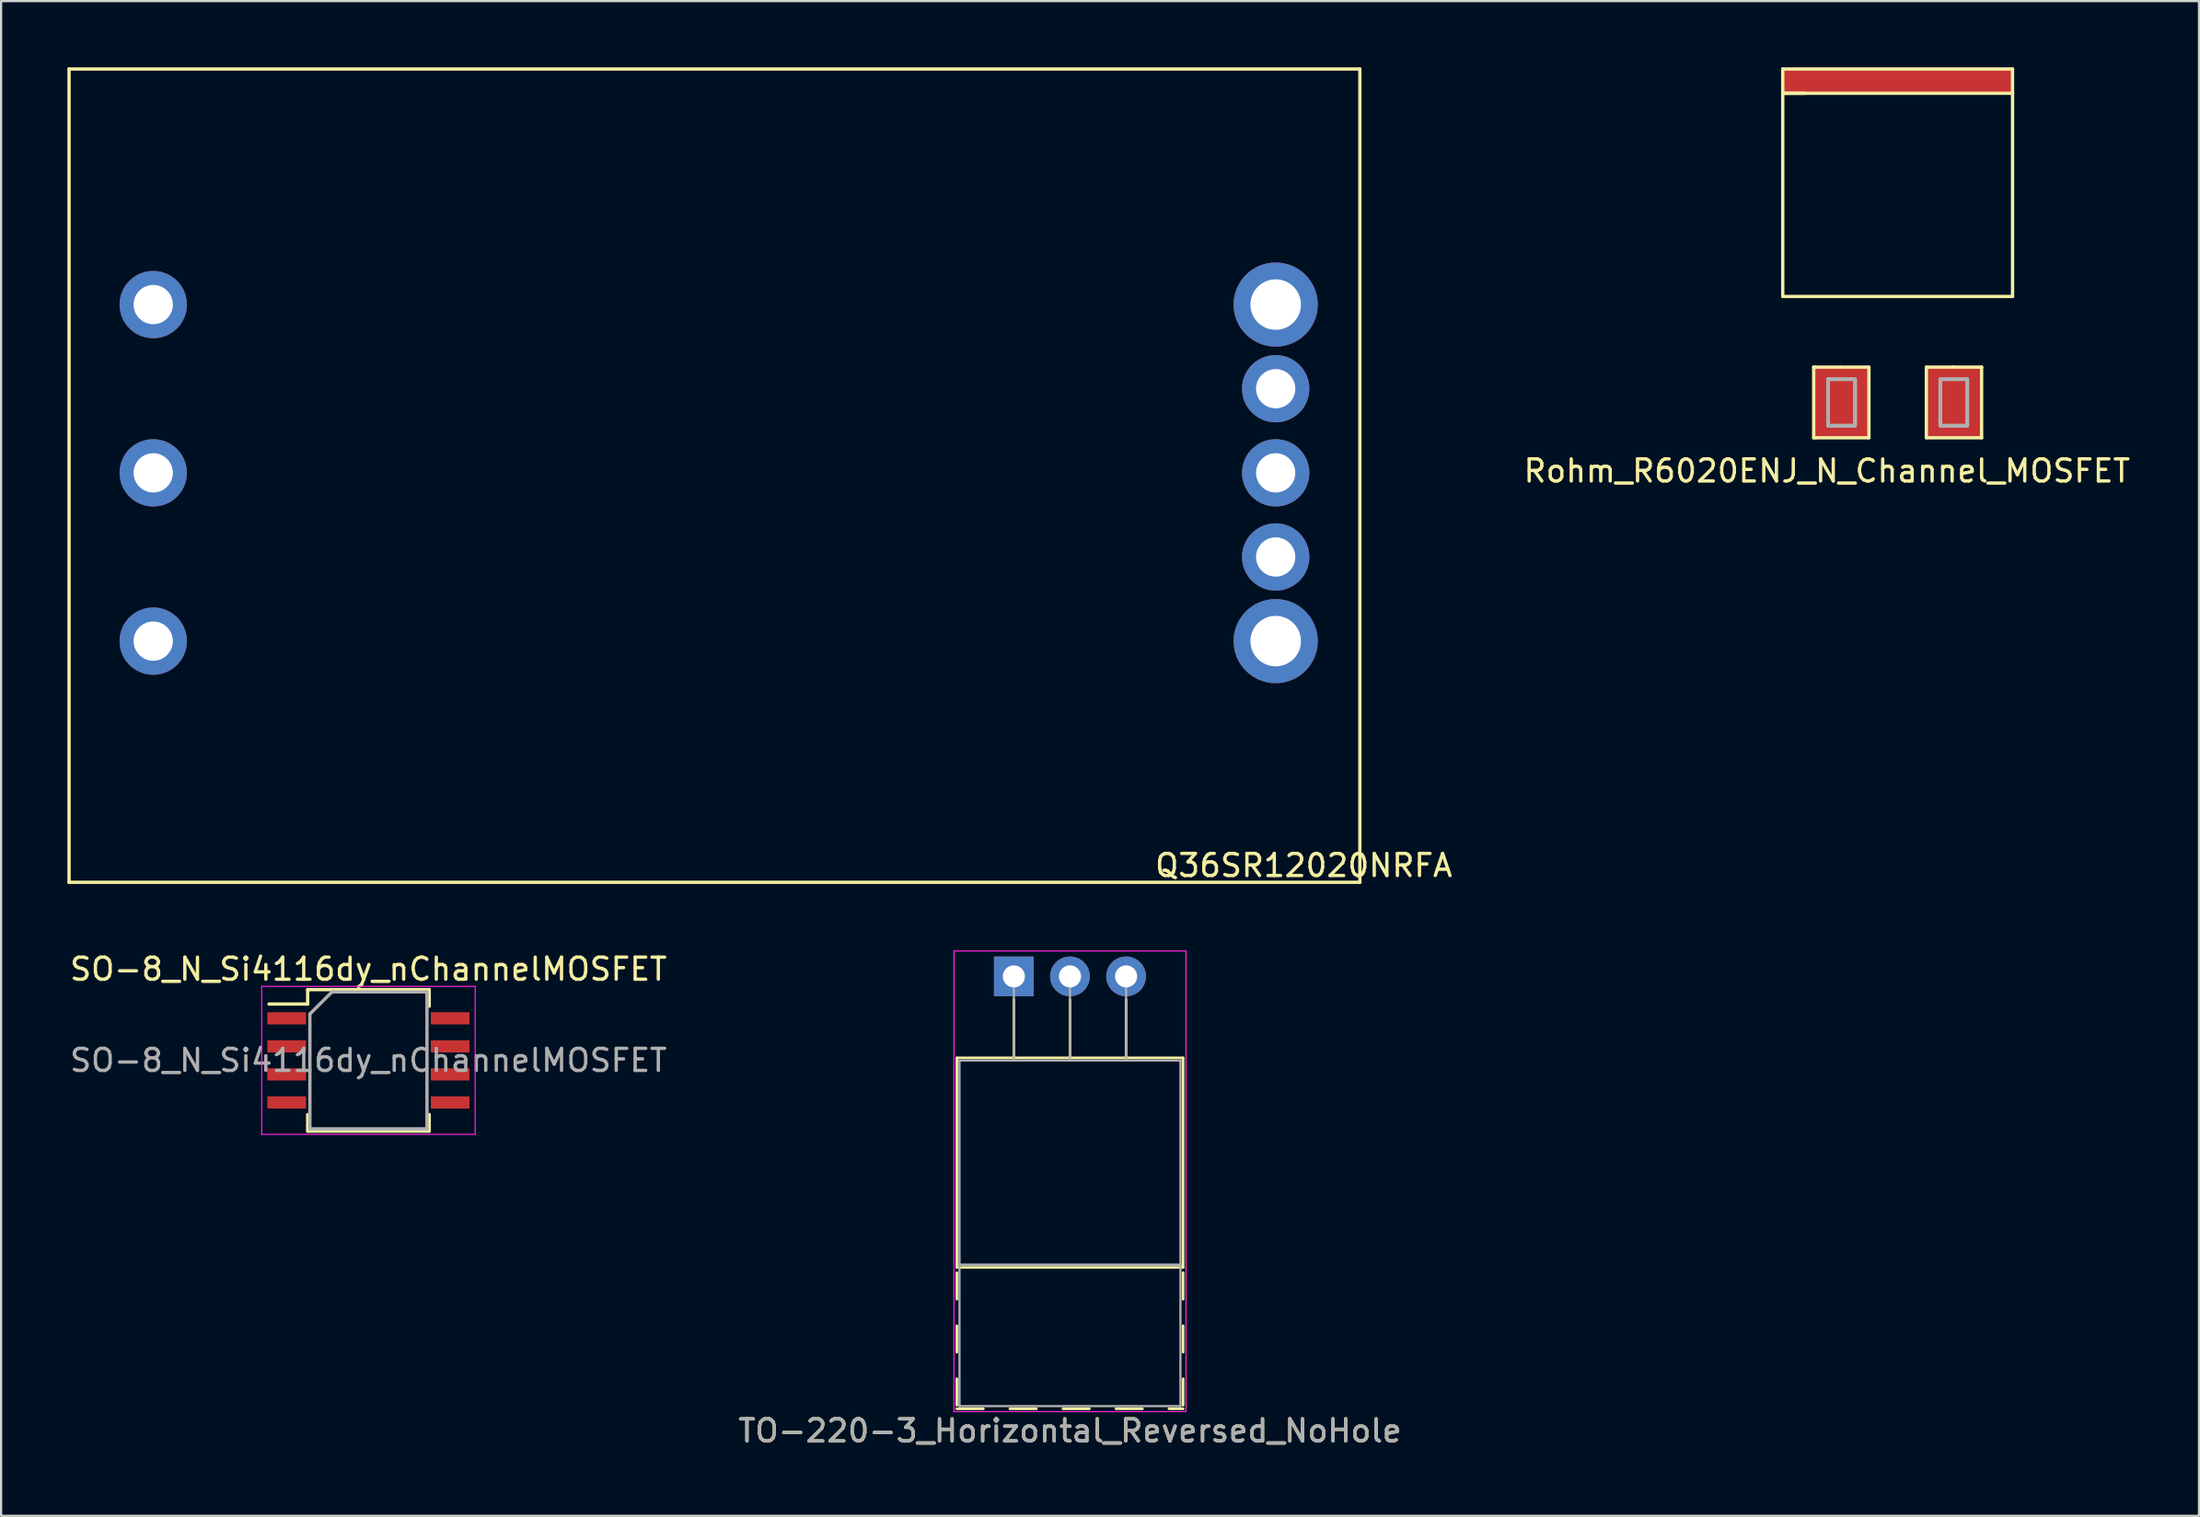
<source format=kicad_pcb>
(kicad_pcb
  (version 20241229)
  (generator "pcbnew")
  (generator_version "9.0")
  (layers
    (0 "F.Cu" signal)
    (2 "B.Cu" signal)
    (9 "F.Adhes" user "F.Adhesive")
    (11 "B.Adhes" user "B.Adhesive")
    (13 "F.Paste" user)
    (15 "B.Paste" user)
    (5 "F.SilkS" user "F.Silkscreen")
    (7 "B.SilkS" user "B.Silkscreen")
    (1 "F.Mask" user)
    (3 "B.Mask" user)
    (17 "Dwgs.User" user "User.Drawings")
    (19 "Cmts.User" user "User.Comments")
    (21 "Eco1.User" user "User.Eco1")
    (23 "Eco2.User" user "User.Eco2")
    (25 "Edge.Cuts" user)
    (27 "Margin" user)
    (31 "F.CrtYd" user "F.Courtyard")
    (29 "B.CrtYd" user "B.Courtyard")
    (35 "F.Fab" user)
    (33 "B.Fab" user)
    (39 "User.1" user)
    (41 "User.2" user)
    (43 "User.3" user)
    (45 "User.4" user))
  (footprint "SO-8_N_Si4116dy_nChannelMOSFET"
    (layer "F.Cu")
    (at 13.625 44.969)
    (property "Reference" "SO-8_N_Si4116dy_nChannelMOSFET" (at 0 -4.13 0) (layer "F.SilkS") (effects (font (size 1 1) (thickness 0.15))))
    (attr smd)
    (fp_line (start -2.75 -3.205) (end -2.75 -2.55) (stroke (width 0.15) (type solid)) (layer "F.SilkS"))
    (fp_line (start -2.75 -3.205) (end 2.75 -3.205) (stroke (width 0.15) (type solid)) (layer "F.SilkS"))
    (fp_line (start -2.75 -2.55) (end -4.5 -2.55) (stroke (width 0.15) (type solid)) (layer "F.SilkS"))
    (fp_line (start -2.75 3.205) (end -2.75 2.455) (stroke (width 0.15) (type solid)) (layer "F.SilkS"))
    (fp_line (start -2.75 3.205) (end 2.75 3.205) (stroke (width 0.15) (type solid)) (layer "F.SilkS"))
    (fp_line (start 2.75 -3.205) (end 2.75 -2.455) (stroke (width 0.15) (type solid)) (layer "F.SilkS"))
    (fp_line (start 2.75 3.205) (end 2.75 2.455) (stroke (width 0.15) (type solid)) (layer "F.SilkS"))
    (fp_line (start -4.83 -3.35) (end -4.83 3.35) (stroke (width 0.05) (type solid)) (layer "F.CrtYd"))
    (fp_line (start -4.83 -3.35) (end 4.83 -3.35) (stroke (width 0.05) (type solid)) (layer "F.CrtYd"))
    (fp_line (start -4.83 3.35) (end 4.83 3.35) (stroke (width 0.05) (type solid)) (layer "F.CrtYd"))
    (fp_line (start 4.83 -3.35) (end 4.83 3.35) (stroke (width 0.05) (type solid)) (layer "F.CrtYd"))
    (fp_line (start -2.65 -2.1) (end -1.65 -3.1) (stroke (width 0.15) (type solid)) (layer "F.Fab"))
    (fp_line (start -2.65 3.1) (end -2.65 -2.1) (stroke (width 0.15) (type solid)) (layer "F.Fab"))
    (fp_line (start -1.65 -3.1) (end 2.65 -3.1) (stroke (width 0.15) (type solid)) (layer "F.Fab"))
    (fp_line (start 2.65 -3.1) (end 2.65 3.1) (stroke (width 0.15) (type solid)) (layer "F.Fab"))
    (fp_line (start 2.65 3.1) (end -2.65 3.1) (stroke (width 0.15) (type solid)) (layer "F.Fab"))
    (fp_text user "${REFERENCE}" (at 0 0 0) (layer "F.Fab") (effects (font (size 1 1) (thickness 0.15))))
    (pad "1" smd rect (at 3.7 -1.905) (size 1.75 0.55) (layers "F.Cu" "F.Mask" "F.Paste"))
    (pad "1" smd rect (at 3.7 -0.635) (size 1.75 0.55) (layers "F.Cu" "F.Mask" "F.Paste"))
    (pad "1" smd rect (at 3.7 0.635) (size 1.75 0.55) (layers "F.Cu" "F.Mask" "F.Paste"))
    (pad "1" smd rect (at 3.7 1.905) (size 1.75 0.55) (layers "F.Cu" "F.Mask" "F.Paste"))
    (pad "2" smd rect (at -3.7 1.905) (size 1.75 0.55) (layers "F.Cu" "F.Mask" "F.Paste"))
    (pad "3" smd rect (at -3.7 -1.905) (size 1.75 0.55) (layers "F.Cu" "F.Mask" "F.Paste"))
    (pad "3" smd rect (at -3.7 -0.635) (size 1.75 0.55) (layers "F.Cu" "F.Mask" "F.Paste"))
    (pad "3" smd rect (at -3.7 0.635) (size 1.75 0.55) (layers "F.Cu" "F.Mask" "F.Paste")))
  (footprint "TO-220-3_Horizontal_Reversed_NoHole"
    (layer "F.Cu")
    (at 42.835 41.166)
    (property "Reference" "TO-220-3_Horizontal_Reversed_NoHole" (at 2.54 20.58 0) (layer "F.SilkS") (effects (font (size 1 1) (thickness 0.15))))
    (attr through_hole)
    (fp_line (start -2.58 3.69) (end -2.58 13.18) (stroke (width 0.12) (type solid)) (layer "F.SilkS"))
    (fp_line (start -2.58 3.69) (end 7.66 3.69) (stroke (width 0.12) (type solid)) (layer "F.SilkS"))
    (fp_line (start -2.58 13.18) (end 7.66 13.18) (stroke (width 0.12) (type solid)) (layer "F.SilkS"))
    (fp_line (start -2.58 13.42) (end -2.58 14.62) (stroke (width 0.12) (type solid)) (layer "F.SilkS"))
    (fp_line (start -2.58 15.82) (end -2.58 17.02) (stroke (width 0.12) (type solid)) (layer "F.SilkS"))
    (fp_line (start -2.58 18.22) (end -2.58 19.42) (stroke (width 0.12) (type solid)) (layer "F.SilkS"))
    (fp_line (start -2.58 19.58) (end -1.38 19.58) (stroke (width 0.12) (type solid)) (layer "F.SilkS"))
    (fp_line (start -0.181 19.58) (end 1.02 19.58) (stroke (width 0.12) (type solid)) (layer "F.SilkS"))
    (fp_line (start 0 1.05) (end 0 3.69) (stroke (width 0.12) (type solid)) (layer "F.SilkS"))
    (fp_line (start 2.22 19.58) (end 3.42 19.58) (stroke (width 0.12) (type solid)) (layer "F.SilkS"))
    (fp_line (start 2.54 1.066) (end 2.54 3.69) (stroke (width 0.12) (type solid)) (layer "F.SilkS"))
    (fp_line (start 4.62 19.58) (end 5.82 19.58) (stroke (width 0.12) (type solid)) (layer "F.SilkS"))
    (fp_line (start 5.08 1.066) (end 5.08 3.69) (stroke (width 0.12) (type solid)) (layer "F.SilkS"))
    (fp_line (start 7.02 19.58) (end 7.66 19.58) (stroke (width 0.12) (type solid)) (layer "F.SilkS"))
    (fp_line (start 7.66 3.69) (end 7.66 13.18) (stroke (width 0.12) (type solid)) (layer "F.SilkS"))
    (fp_line (start 7.66 13.42) (end 7.66 14.62) (stroke (width 0.12) (type solid)) (layer "F.SilkS"))
    (fp_line (start 7.66 15.82) (end 7.66 17.02) (stroke (width 0.12) (type solid)) (layer "F.SilkS"))
    (fp_line (start 7.66 18.22) (end 7.66 19.42) (stroke (width 0.12) (type solid)) (layer "F.SilkS"))
    (fp_line (start -2.71 -1.15) (end -2.71 19.71) (stroke (width 0.05) (type solid)) (layer "F.CrtYd"))
    (fp_line (start -2.71 19.71) (end 7.79 19.71) (stroke (width 0.05) (type solid)) (layer "F.CrtYd"))
    (fp_line (start 7.79 -1.15) (end -2.71 -1.15) (stroke (width 0.05) (type solid)) (layer "F.CrtYd"))
    (fp_line (start 7.79 19.71) (end 7.79 -1.15) (stroke (width 0.05) (type solid)) (layer "F.CrtYd"))
    (fp_line (start -2.46 3.81) (end -2.46 13.06) (stroke (width 0.1) (type solid)) (layer "F.Fab"))
    (fp_line (start -2.46 13.06) (end -2.46 19.46) (stroke (width 0.1) (type solid)) (layer "F.Fab"))
    (fp_line (start -2.46 13.06) (end 7.54 13.06) (stroke (width 0.1) (type solid)) (layer "F.Fab"))
    (fp_line (start -2.46 19.46) (end 7.54 19.46) (stroke (width 0.1) (type solid)) (layer "F.Fab"))
    (fp_line (start 0 3.81) (end 0 0) (stroke (width 0.1) (type solid)) (layer "F.Fab"))
    (fp_line (start 2.54 3.81) (end 2.54 0) (stroke (width 0.1) (type solid)) (layer "F.Fab"))
    (fp_line (start 5.08 3.81) (end 5.08 0) (stroke (width 0.1) (type solid)) (layer "F.Fab"))
    (fp_line (start 7.54 3.81) (end -2.46 3.81) (stroke (width 0.1) (type solid)) (layer "F.Fab"))
    (fp_line (start 7.54 13.06) (end -2.46 13.06) (stroke (width 0.1) (type solid)) (layer "F.Fab"))
    (fp_line (start 7.54 13.06) (end 7.54 3.81) (stroke (width 0.1) (type solid)) (layer "F.Fab"))
    (fp_line (start 7.54 19.46) (end 7.54 13.06) (stroke (width 0.1) (type solid)) (layer "F.Fab"))
    (fp_text user "${REFERENCE}" (at 2.54 20.58 0) (layer "F.Fab") (effects (font (size 1 1) (thickness 0.15))))
    (pad "1" thru_hole rect (at 0 0) (size 1.8 1.8) (drill 1) (layers "*.Cu" "*.Mask"))
    (pad "2" thru_hole oval (at 2.54 0) (size 1.8 1.8) (drill 1) (layers "*.Cu" "*.Mask"))
    (pad "3" thru_hole oval (at 5.08 0) (size 1.8 1.8) (drill 1) (layers "*.Cu" "*.Mask")))
  (footprint "Q36SR12020NRFA"
    (layer "F.Cu")
    (at 54.685 10.743)
    (property "Reference" "Q36SR12020NRFA" (at 1.27 25.4 0) (layer "F.SilkS") (effects (font (size 1 1) (thickness 0.15))))
    (attr through_hole)
    (fp_line (start -54.61 -10.668) (end -54.61 26.162) (stroke (width 0.15) (type solid)) (layer "F.SilkS"))
    (fp_line (start -54.61 -10.668) (end 3.81 -10.668) (stroke (width 0.15) (type solid)) (layer "F.SilkS"))
    (fp_line (start -54.61 26.162) (end 3.81 26.162) (stroke (width 0.15) (type solid)) (layer "F.SilkS"))
    (fp_line (start 3.81 -10.668) (end 3.81 26.162) (stroke (width 0.15) (type solid)) (layer "F.SilkS"))
    (pad "1" thru_hole circle (at -50.8 0) (size 3.048 3.048) (drill 1.778) (layers "*.Cu" "*.Mask"))
    (pad "2" thru_hole circle (at -50.8 7.62) (size 3.048 3.048) (drill 1.778) (layers "*.Cu" "*.Mask"))
    (pad "3" thru_hole circle (at -50.8 15.24) (size 3.048 3.048) (drill 1.778) (layers "*.Cu" "*.Mask"))
    (pad "4" thru_hole circle (at 0 15.24) (size 3.81 3.81) (drill 2.286) (layers "*.Cu" "*.Mask"))
    (pad "5" thru_hole circle (at 0 11.43) (size 3.048 3.048) (drill 1.778) (layers "*.Cu" "*.Mask"))
    (pad "6" thru_hole circle (at 0 7.62) (size 3.048 3.048) (drill 1.778) (layers "*.Cu" "*.Mask"))
    (pad "7" thru_hole circle (at 0 3.81) (size 3.048 3.048) (drill 1.778) (layers "*.Cu" "*.Mask"))
    (pad "8" thru_hole circle (at 0 0) (size 3.81 3.81) (drill 2.286) (layers "*.Cu" "*.Mask")))
  (footprint "Rohm_R6020ENJ_N_Channel_MOSFET"
    (layer "F.Cu")
    (at 77.634 10.375)
    (property "Reference" "Rohm_R6020ENJ_N_Channel_MOSFET" (at 2 7.9 0) (layer "F.SilkS") (effects (font (size 1 1) (thickness 0.15))))
    (attr through_hole)
    (fp_line (start 0 -10.3) (end 10.4 -10.3) (stroke (width 0.15) (type solid)) (layer "F.SilkS"))
    (fp_line (start 0 -9.2) (end 0 -10.3) (stroke (width 0.15) (type solid)) (layer "F.SilkS"))
    (fp_line (start 0 -9.2) (end 1 -9.2) (stroke (width 0.15) (type solid)) (layer "F.SilkS"))
    (fp_line (start 0 -9.2) (end 10.4 -9.2) (stroke (width 0.15) (type solid)) (layer "F.SilkS"))
    (fp_line (start 0 0) (end 0 -9.2) (stroke (width 0.15) (type solid)) (layer "F.SilkS"))
    (fp_line (start 1.4 3.2) (end 1.4 6.4) (stroke (width 0.15) (type solid)) (layer "F.SilkS"))
    (fp_line (start 1.4 6.4) (end 1.5 6.4) (stroke (width 0.15) (type solid)) (layer "F.SilkS"))
    (fp_line (start 1.5 3.2) (end 1.4 3.2) (stroke (width 0.15) (type solid)) (layer "F.SilkS"))
    (fp_line (start 1.5 3.2) (end 2.6 3.2) (stroke (width 0.15) (type solid)) (layer "F.SilkS"))
    (fp_line (start 2.6 3.2) (end 3.9 3.2) (stroke (width 0.15) (type solid)) (layer "F.SilkS"))
    (fp_line (start 3.9 3.2) (end 3.9 6.4) (stroke (width 0.15) (type solid)) (layer "F.SilkS"))
    (fp_line (start 3.9 6.4) (end 1.5 6.4) (stroke (width 0.15) (type solid)) (layer "F.SilkS"))
    (fp_line (start 6.5 3.2) (end 6.5 6.4) (stroke (width 0.15) (type solid)) (layer "F.SilkS"))
    (fp_line (start 6.5 3.2) (end 7.7 3.2) (stroke (width 0.15) (type solid)) (layer "F.SilkS"))
    (fp_line (start 7.7 3.2) (end 9 3.2) (stroke (width 0.15) (type solid)) (layer "F.SilkS"))
    (fp_line (start 9 3.2) (end 9 6.4) (stroke (width 0.15) (type solid)) (layer "F.SilkS"))
    (fp_line (start 9 6.4) (end 6.5 6.4) (stroke (width 0.15) (type solid)) (layer "F.SilkS"))
    (fp_line (start 10.4 -10.3) (end 10.4 -9.2) (stroke (width 0.15) (type solid)) (layer "F.SilkS"))
    (fp_line (start 10.4 -9.2) (end 10.4 0) (stroke (width 0.15) (type solid)) (layer "F.SilkS"))
    (fp_line (start 10.4 0) (end 0 0) (stroke (width 0.15) (type solid)) (layer "F.SilkS"))
    (fp_line (start 2.045 3.75) (end 2.045 5.85) (stroke (width 0.15) (type solid)) (layer "F.Fab"))
    (fp_line (start 2.045 3.75) (end 2.045 5.85) (stroke (width 0.15) (type solid)) (layer "F.Fab"))
    (fp_line (start 2.045 3.75) (end 2.045 5.85) (stroke (width 0.15) (type solid)) (layer "F.Fab"))
    (fp_line (start 2.045 3.75) (end 2.045 5.85) (stroke (width 0.15) (type solid)) (layer "F.Fab"))
    (fp_line (start 2.045 3.75) (end 3.275 3.75) (stroke (width 0.15) (type solid)) (layer "F.Fab"))
    (fp_line (start 2.045 3.75) (end 3.275 3.75) (stroke (width 0.15) (type solid)) (layer "F.Fab"))
    (fp_line (start 2.045 3.75) (end 3.275 3.75) (stroke (width 0.15) (type solid)) (layer "F.Fab"))
    (fp_line (start 2.045 3.75) (end 3.275 3.75) (stroke (width 0.15) (type solid)) (layer "F.Fab"))
    (fp_line (start 2.045 5.85) (end 3.275 5.85) (stroke (width 0.15) (type solid)) (layer "F.Fab"))
    (fp_line (start 2.045 5.85) (end 3.275 5.85) (stroke (width 0.15) (type solid)) (layer "F.Fab"))
    (fp_line (start 2.045 5.85) (end 3.275 5.85) (stroke (width 0.15) (type solid)) (layer "F.Fab"))
    (fp_line (start 2.045 5.85) (end 3.275 5.85) (stroke (width 0.15) (type solid)) (layer "F.Fab"))
    (fp_line (start 3.275 3.75) (end 3.275 5.85) (stroke (width 0.15) (type solid)) (layer "F.Fab"))
    (fp_line (start 3.275 3.75) (end 3.275 5.85) (stroke (width 0.15) (type solid)) (layer "F.Fab"))
    (fp_line (start 3.275 3.75) (end 3.275 5.85) (stroke (width 0.15) (type solid)) (layer "F.Fab"))
    (fp_line (start 3.275 3.75) (end 3.275 5.85) (stroke (width 0.15) (type solid)) (layer "F.Fab"))
    (fp_line (start 7.125 3.75) (end 7.125 5.85) (stroke (width 0.15) (type solid)) (layer "F.Fab"))
    (fp_line (start 7.125 3.75) (end 7.125 5.85) (stroke (width 0.15) (type solid)) (layer "F.Fab"))
    (fp_line (start 7.125 3.75) (end 7.125 5.85) (stroke (width 0.15) (type solid)) (layer "F.Fab"))
    (fp_line (start 7.125 3.75) (end 7.125 5.85) (stroke (width 0.15) (type solid)) (layer "F.Fab"))
    (fp_line (start 7.125 3.75) (end 8.355 3.75) (stroke (width 0.15) (type solid)) (layer "F.Fab"))
    (fp_line (start 7.125 3.75) (end 8.355 3.75) (stroke (width 0.15) (type solid)) (layer "F.Fab"))
    (fp_line (start 7.125 3.75) (end 8.355 3.75) (stroke (width 0.15) (type solid)) (layer "F.Fab"))
    (fp_line (start 7.125 3.75) (end 8.355 3.75) (stroke (width 0.15) (type solid)) (layer "F.Fab"))
    (fp_line (start 7.125 5.85) (end 8.355 5.85) (stroke (width 0.15) (type solid)) (layer "F.Fab"))
    (fp_line (start 7.125 5.85) (end 8.355 5.85) (stroke (width 0.15) (type solid)) (layer "F.Fab"))
    (fp_line (start 7.125 5.85) (end 8.355 5.85) (stroke (width 0.15) (type solid)) (layer "F.Fab"))
    (fp_line (start 7.125 5.85) (end 8.355 5.85) (stroke (width 0.15) (type solid)) (layer "F.Fab"))
    (fp_line (start 8.355 3.75) (end 8.355 5.85) (stroke (width 0.15) (type solid)) (layer "F.Fab"))
    (fp_line (start 8.355 3.75) (end 8.355 5.85) (stroke (width 0.15) (type solid)) (layer "F.Fab"))
    (fp_line (start 8.355 3.75) (end 8.355 5.85) (stroke (width 0.15) (type solid)) (layer "F.Fab"))
    (fp_line (start 8.355 3.75) (end 8.355 5.85) (stroke (width 0.15) (type solid)) (layer "F.Fab"))
    (pad "1" smd rect (at 5.2 -9.8) (size 10.5 1.1) (layers "F.Cu" "F.Mask" "F.Paste"))
    (pad "2" smd rect (at 2.6 4.8) (size 2.5 3.2) (layers "F.Cu" "F.Mask" "F.Paste"))
    (pad "3" smd rect (at 7.8 4.8) (size 2.5 3.2) (layers "F.Cu" "F.Mask" "F.Paste")))
  (gr_rect
    (start -3 -3)
    (end 96.473 65.594)
    (stroke (width 0.1) (type default))
    (fill no)
    (layer "Edge.Cuts")))
</source>
